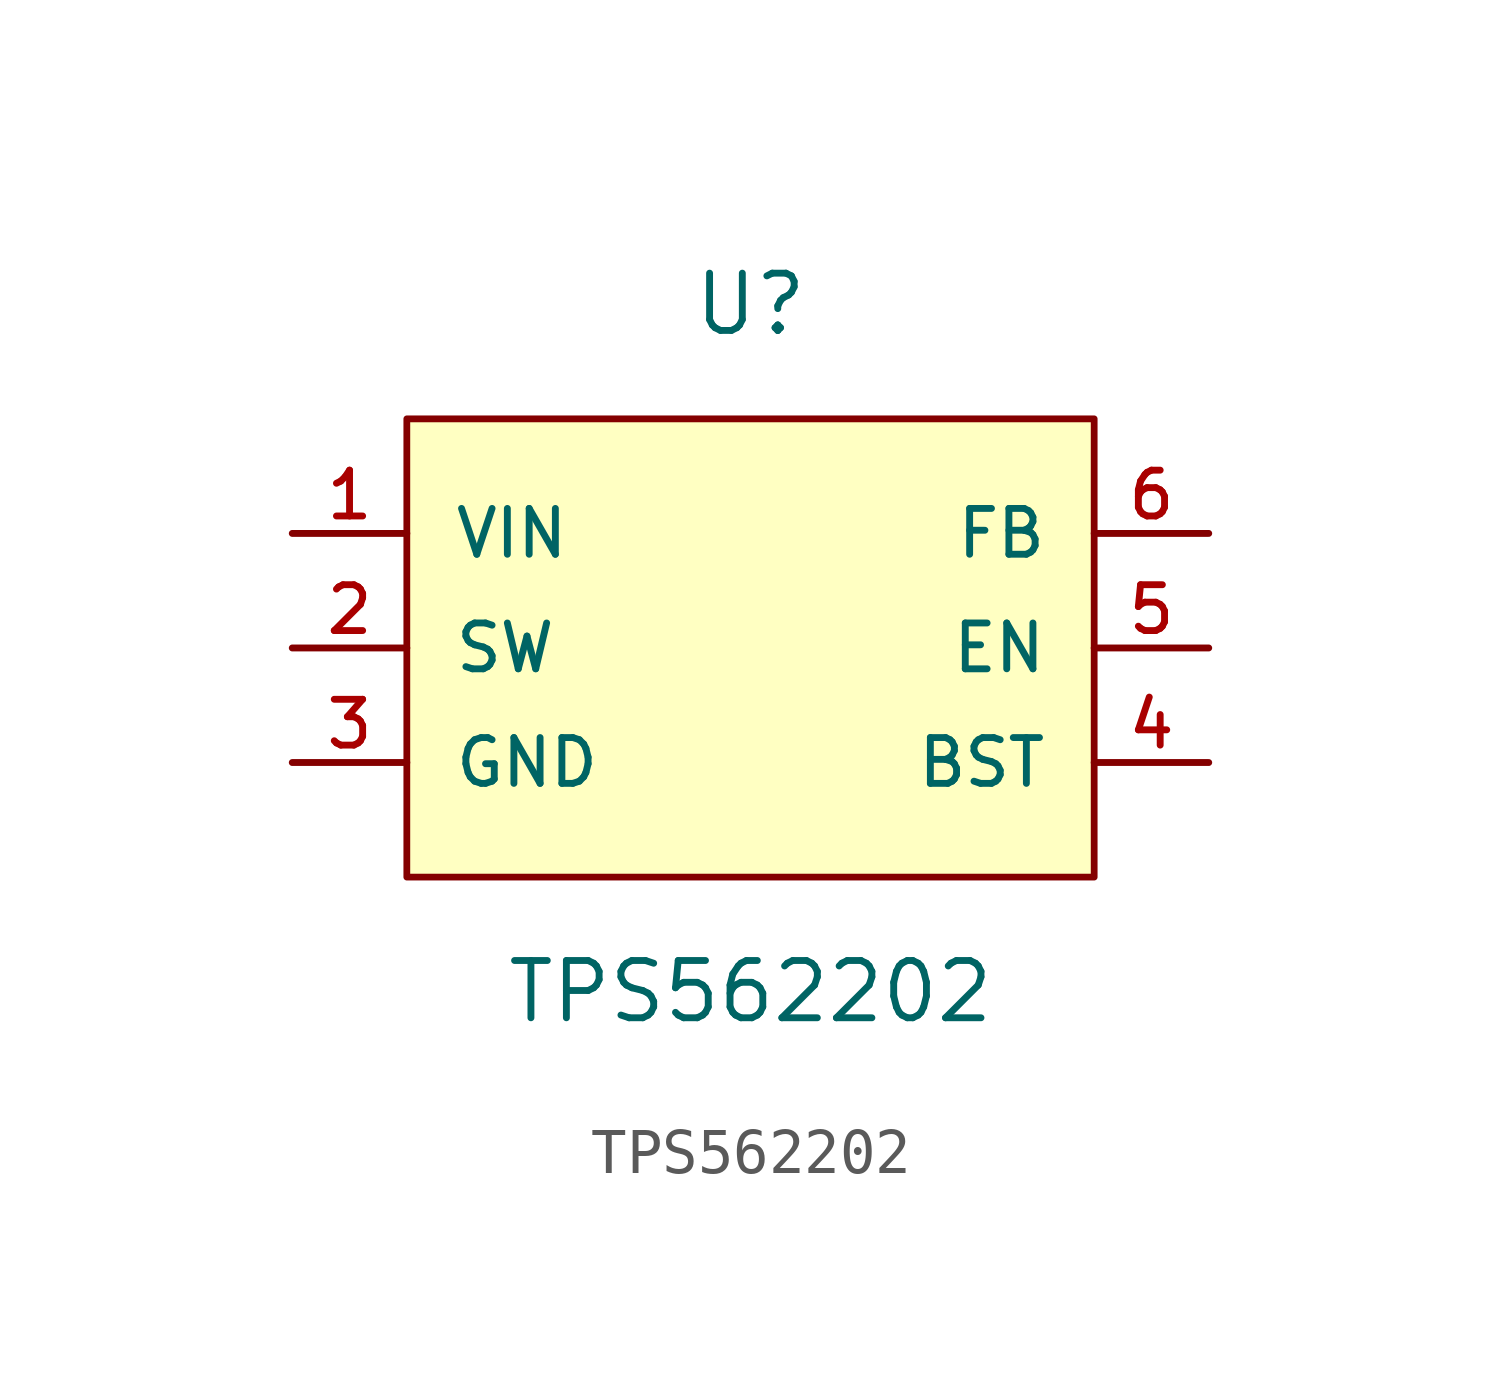
<source format=kicad_sym>
(kicad_symbol_lib
  (version 20211014)
  (generator kicad_symbol_editor)
  (symbol "TPS562202"
    (pin_names
      (offset 1.016))
    (property "Reference" "U"
      (at 0.0 7.62 0)
      (effects (font (size 1.27 1.27))))
    (property "Value" "TPS562202"
      (at 0.0 -7.62 0)
      (effects (font (size 1.27 1.27))))
    (symbol "TPS562202_0_0"
      (rectangle (start -7.62 -5.08) (end 7.62 5.08) (stroke (width 0.15)) (fill (type background)))
      (pin power_in line (at -10.16 2.54 0) (length 2.54) (name "VIN" (effects (font (size 1.016 1.016)))) (number "1" (effects (font (size 1.016 1.016)))))
      (pin input line (at 10.16 0.0 180.0) (length 2.54) (name "EN" (effects (font (size 1.016 1.016)))) (number "5" (effects (font (size 1.016 1.016)))))
      (pin power_in line (at -10.16 -2.54 0) (length 2.54) (name "GND" (effects (font (size 1.016 1.016)))) (number "3" (effects (font (size 1.016 1.016)))))
      (pin input line (at 10.16 2.54 180.0) (length 2.54) (name "FB" (effects (font (size 1.016 1.016)))) (number "6" (effects (font (size 1.016 1.016)))))
      (pin output line (at -10.16 0.0 0) (length 2.54) (name "SW" (effects (font (size 1.016 1.016)))) (number "2" (effects (font (size 1.016 1.016)))))
      (pin output line (at 10.16 -2.54 180.0) (length 2.54) (name "BST" (effects (font (size 1.016 1.016)))) (number "4" (effects (font (size 1.016 1.016))))))))
</source>
